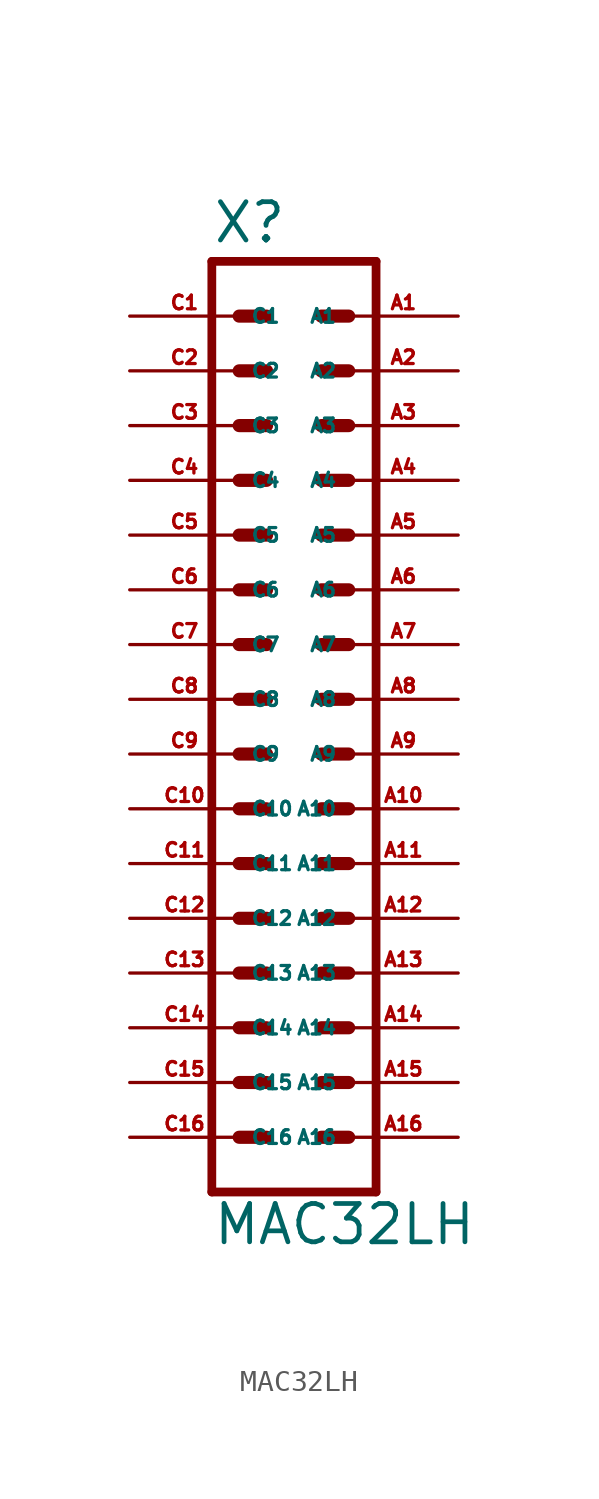
<source format=kicad_sym>
(kicad_symbol_lib
  (version 20220914)
  (generator Eagle2Kicad)
  (symbol "MAC32LH"
    (property "Reference" "X"
      (at -3.81 23.622 0)
      (effects (font (size 1.778 1.778) (thickness 0.22)) (justify left bottom)))
    (property "Value" "MAC32LH"
      (at -3.81 -22.86 0)
      (effects (font (size 1.778 1.778) (thickness 0.22)) (justify left bottom)))
    (polyline
      (pts (xy 3.81 -20.32) (xy -3.81 -20.32))
      (stroke (width 0.406) (type default))
      (fill (type none)))
    (polyline
      (pts (xy -3.81 22.86) (xy -3.81 -20.32))
      (stroke (width 0.406) (type default))
      (fill (type none)))
    (polyline
      (pts (xy -3.81 22.86) (xy 3.81 22.86))
      (stroke (width 0.406) (type default))
      (fill (type none)))
    (polyline
      (pts (xy 3.81 -20.32) (xy 3.81 22.86))
      (stroke (width 0.406) (type default))
      (fill (type none)))
    (polyline
      (pts (xy -2.54 -17.78) (xy -1.27 -17.78))
      (stroke (width 0.61) (type default))
      (fill (type none)))
    (polyline
      (pts (xy -2.54 -15.24) (xy -1.27 -15.24))
      (stroke (width 0.61) (type default))
      (fill (type none)))
    (polyline
      (pts (xy -2.54 -12.7) (xy -1.27 -12.7))
      (stroke (width 0.61) (type default))
      (fill (type none)))
    (polyline
      (pts (xy -2.54 -10.16) (xy -1.27 -10.16))
      (stroke (width 0.61) (type default))
      (fill (type none)))
    (polyline
      (pts (xy -2.54 -7.62) (xy -1.27 -7.62))
      (stroke (width 0.61) (type default))
      (fill (type none)))
    (polyline
      (pts (xy -2.54 -5.08) (xy -1.27 -5.08))
      (stroke (width 0.61) (type default))
      (fill (type none)))
    (polyline
      (pts (xy -2.54 -2.54) (xy -1.27 -2.54))
      (stroke (width 0.61) (type default))
      (fill (type none)))
    (polyline
      (pts (xy -2.54 0) (xy -1.27 0))
      (stroke (width 0.61) (type default))
      (fill (type none)))
    (polyline
      (pts (xy -2.54 2.54) (xy -1.27 2.54))
      (stroke (width 0.61) (type default))
      (fill (type none)))
    (polyline
      (pts (xy -2.54 5.08) (xy -1.27 5.08))
      (stroke (width 0.61) (type default))
      (fill (type none)))
    (polyline
      (pts (xy -2.54 7.62) (xy -1.27 7.62))
      (stroke (width 0.61) (type default))
      (fill (type none)))
    (polyline
      (pts (xy -2.54 10.16) (xy -1.27 10.16))
      (stroke (width 0.61) (type default))
      (fill (type none)))
    (polyline
      (pts (xy -2.54 12.7) (xy -1.27 12.7))
      (stroke (width 0.61) (type default))
      (fill (type none)))
    (polyline
      (pts (xy -2.54 15.24) (xy -1.27 15.24))
      (stroke (width 0.61) (type default))
      (fill (type none)))
    (polyline
      (pts (xy -2.54 17.78) (xy -1.27 17.78))
      (stroke (width 0.61) (type default))
      (fill (type none)))
    (polyline
      (pts (xy -2.54 20.32) (xy -1.27 20.32))
      (stroke (width 0.61) (type default))
      (fill (type none)))
    (polyline
      (pts (xy 2.54 -17.78) (xy 1.27 -17.78))
      (stroke (width 0.61) (type default))
      (fill (type none)))
    (polyline
      (pts (xy 2.54 -15.24) (xy 1.27 -15.24))
      (stroke (width 0.61) (type default))
      (fill (type none)))
    (polyline
      (pts (xy 2.54 -12.7) (xy 1.27 -12.7))
      (stroke (width 0.61) (type default))
      (fill (type none)))
    (polyline
      (pts (xy 2.54 -10.16) (xy 1.27 -10.16))
      (stroke (width 0.61) (type default))
      (fill (type none)))
    (polyline
      (pts (xy 2.54 -7.62) (xy 1.27 -7.62))
      (stroke (width 0.61) (type default))
      (fill (type none)))
    (polyline
      (pts (xy 2.54 -5.08) (xy 1.27 -5.08))
      (stroke (width 0.61) (type default))
      (fill (type none)))
    (polyline
      (pts (xy 2.54 -2.54) (xy 1.27 -2.54))
      (stroke (width 0.61) (type default))
      (fill (type none)))
    (polyline
      (pts (xy 2.54 0) (xy 1.27 0))
      (stroke (width 0.61) (type default))
      (fill (type none)))
    (polyline
      (pts (xy 2.54 2.54) (xy 1.27 2.54))
      (stroke (width 0.61) (type default))
      (fill (type none)))
    (polyline
      (pts (xy 2.54 5.08) (xy 1.27 5.08))
      (stroke (width 0.61) (type default))
      (fill (type none)))
    (polyline
      (pts (xy 2.54 7.62) (xy 1.27 7.62))
      (stroke (width 0.61) (type default))
      (fill (type none)))
    (polyline
      (pts (xy 2.54 10.16) (xy 1.27 10.16))
      (stroke (width 0.61) (type default))
      (fill (type none)))
    (polyline
      (pts (xy 2.54 12.7) (xy 1.27 12.7))
      (stroke (width 0.61) (type default))
      (fill (type none)))
    (polyline
      (pts (xy 2.54 15.24) (xy 1.27 15.24))
      (stroke (width 0.61) (type default))
      (fill (type none)))
    (polyline
      (pts (xy 2.54 17.78) (xy 1.27 17.78))
      (stroke (width 0.61) (type default))
      (fill (type none)))
    (polyline
      (pts (xy 2.54 20.32) (xy 1.27 20.32))
      (stroke (width 0.61) (type default))
      (fill (type none)))
    (pin passive line
      (at 7.62 20.32 180)
      (length 5.08)
      (name "A1" (effects (font (size 0.635 0.635) (thickness 0.08)) (justify left bottom)))
      (number "A1" (effects (font (size 0.635 0.635) (thickness 0.08)) (justify left bottom))))
    (pin passive line
      (at 7.62 17.78 180)
      (length 5.08)
      (name "A2" (effects (font (size 0.635 0.635) (thickness 0.08)) (justify left bottom)))
      (number "A2" (effects (font (size 0.635 0.635) (thickness 0.08)) (justify left bottom))))
    (pin passive line
      (at 7.62 15.24 180)
      (length 5.08)
      (name "A3" (effects (font (size 0.635 0.635) (thickness 0.08)) (justify left bottom)))
      (number "A3" (effects (font (size 0.635 0.635) (thickness 0.08)) (justify left bottom))))
    (pin passive line
      (at 7.62 12.7 180)
      (length 5.08)
      (name "A4" (effects (font (size 0.635 0.635) (thickness 0.08)) (justify left bottom)))
      (number "A4" (effects (font (size 0.635 0.635) (thickness 0.08)) (justify left bottom))))
    (pin passive line
      (at 7.62 10.16 180)
      (length 5.08)
      (name "A5" (effects (font (size 0.635 0.635) (thickness 0.08)) (justify left bottom)))
      (number "A5" (effects (font (size 0.635 0.635) (thickness 0.08)) (justify left bottom))))
    (pin passive line
      (at 7.62 7.62 180)
      (length 5.08)
      (name "A6" (effects (font (size 0.635 0.635) (thickness 0.08)) (justify left bottom)))
      (number "A6" (effects (font (size 0.635 0.635) (thickness 0.08)) (justify left bottom))))
    (pin passive line
      (at 7.62 5.08 180)
      (length 5.08)
      (name "A7" (effects (font (size 0.635 0.635) (thickness 0.08)) (justify left bottom)))
      (number "A7" (effects (font (size 0.635 0.635) (thickness 0.08)) (justify left bottom))))
    (pin passive line
      (at 7.62 2.54 180)
      (length 5.08)
      (name "A8" (effects (font (size 0.635 0.635) (thickness 0.08)) (justify left bottom)))
      (number "A8" (effects (font (size 0.635 0.635) (thickness 0.08)) (justify left bottom))))
    (pin passive line
      (at 7.62 0 180)
      (length 5.08)
      (name "A9" (effects (font (size 0.635 0.635) (thickness 0.08)) (justify left bottom)))
      (number "A9" (effects (font (size 0.635 0.635) (thickness 0.08)) (justify left bottom))))
    (pin passive line
      (at 7.62 -2.54 180)
      (length 5.08)
      (name "A10" (effects (font (size 0.635 0.635) (thickness 0.08)) (justify left bottom)))
      (number "A10" (effects (font (size 0.635 0.635) (thickness 0.08)) (justify left bottom))))
    (pin passive line
      (at 7.62 -5.08 180)
      (length 5.08)
      (name "A11" (effects (font (size 0.635 0.635) (thickness 0.08)) (justify left bottom)))
      (number "A11" (effects (font (size 0.635 0.635) (thickness 0.08)) (justify left bottom))))
    (pin passive line
      (at 7.62 -7.62 180)
      (length 5.08)
      (name "A12" (effects (font (size 0.635 0.635) (thickness 0.08)) (justify left bottom)))
      (number "A12" (effects (font (size 0.635 0.635) (thickness 0.08)) (justify left bottom))))
    (pin passive line
      (at 7.62 -10.16 180)
      (length 5.08)
      (name "A13" (effects (font (size 0.635 0.635) (thickness 0.08)) (justify left bottom)))
      (number "A13" (effects (font (size 0.635 0.635) (thickness 0.08)) (justify left bottom))))
    (pin passive line
      (at 7.62 -12.7 180)
      (length 5.08)
      (name "A14" (effects (font (size 0.635 0.635) (thickness 0.08)) (justify left bottom)))
      (number "A14" (effects (font (size 0.635 0.635) (thickness 0.08)) (justify left bottom))))
    (pin passive line
      (at 7.62 -15.24 180)
      (length 5.08)
      (name "A15" (effects (font (size 0.635 0.635) (thickness 0.08)) (justify left bottom)))
      (number "A15" (effects (font (size 0.635 0.635) (thickness 0.08)) (justify left bottom))))
    (pin passive line
      (at 7.62 -17.78 180)
      (length 5.08)
      (name "A16" (effects (font (size 0.635 0.635) (thickness 0.08)) (justify left bottom)))
      (number "A16" (effects (font (size 0.635 0.635) (thickness 0.08)) (justify left bottom))))
    (pin passive line
      (at -7.62 20.32 0)
      (length 5.08)
      (name "C1" (effects (font (size 0.635 0.635) (thickness 0.08)) (justify left bottom)))
      (number "C1" (effects (font (size 0.635 0.635) (thickness 0.08)) (justify left bottom))))
    (pin passive line
      (at -7.62 17.78 0)
      (length 5.08)
      (name "C2" (effects (font (size 0.635 0.635) (thickness 0.08)) (justify left bottom)))
      (number "C2" (effects (font (size 0.635 0.635) (thickness 0.08)) (justify left bottom))))
    (pin passive line
      (at -7.62 15.24 0)
      (length 5.08)
      (name "C3" (effects (font (size 0.635 0.635) (thickness 0.08)) (justify left bottom)))
      (number "C3" (effects (font (size 0.635 0.635) (thickness 0.08)) (justify left bottom))))
    (pin passive line
      (at -7.62 12.7 0)
      (length 5.08)
      (name "C4" (effects (font (size 0.635 0.635) (thickness 0.08)) (justify left bottom)))
      (number "C4" (effects (font (size 0.635 0.635) (thickness 0.08)) (justify left bottom))))
    (pin passive line
      (at -7.62 10.16 0)
      (length 5.08)
      (name "C5" (effects (font (size 0.635 0.635) (thickness 0.08)) (justify left bottom)))
      (number "C5" (effects (font (size 0.635 0.635) (thickness 0.08)) (justify left bottom))))
    (pin passive line
      (at -7.62 7.62 0)
      (length 5.08)
      (name "C6" (effects (font (size 0.635 0.635) (thickness 0.08)) (justify left bottom)))
      (number "C6" (effects (font (size 0.635 0.635) (thickness 0.08)) (justify left bottom))))
    (pin passive line
      (at -7.62 5.08 0)
      (length 5.08)
      (name "C7" (effects (font (size 0.635 0.635) (thickness 0.08)) (justify left bottom)))
      (number "C7" (effects (font (size 0.635 0.635) (thickness 0.08)) (justify left bottom))))
    (pin passive line
      (at -7.62 2.54 0)
      (length 5.08)
      (name "C8" (effects (font (size 0.635 0.635) (thickness 0.08)) (justify left bottom)))
      (number "C8" (effects (font (size 0.635 0.635) (thickness 0.08)) (justify left bottom))))
    (pin passive line
      (at -7.62 0 0)
      (length 5.08)
      (name "C9" (effects (font (size 0.635 0.635) (thickness 0.08)) (justify left bottom)))
      (number "C9" (effects (font (size 0.635 0.635) (thickness 0.08)) (justify left bottom))))
    (pin passive line
      (at -7.62 -2.54 0)
      (length 5.08)
      (name "C10" (effects (font (size 0.635 0.635) (thickness 0.08)) (justify left bottom)))
      (number "C10" (effects (font (size 0.635 0.635) (thickness 0.08)) (justify left bottom))))
    (pin passive line
      (at -7.62 -5.08 0)
      (length 5.08)
      (name "C11" (effects (font (size 0.635 0.635) (thickness 0.08)) (justify left bottom)))
      (number "C11" (effects (font (size 0.635 0.635) (thickness 0.08)) (justify left bottom))))
    (pin passive line
      (at -7.62 -7.62 0)
      (length 5.08)
      (name "C12" (effects (font (size 0.635 0.635) (thickness 0.08)) (justify left bottom)))
      (number "C12" (effects (font (size 0.635 0.635) (thickness 0.08)) (justify left bottom))))
    (pin passive line
      (at -7.62 -10.16 0)
      (length 5.08)
      (name "C13" (effects (font (size 0.635 0.635) (thickness 0.08)) (justify left bottom)))
      (number "C13" (effects (font (size 0.635 0.635) (thickness 0.08)) (justify left bottom))))
    (pin passive line
      (at -7.62 -12.7 0)
      (length 5.08)
      (name "C14" (effects (font (size 0.635 0.635) (thickness 0.08)) (justify left bottom)))
      (number "C14" (effects (font (size 0.635 0.635) (thickness 0.08)) (justify left bottom))))
    (pin passive line
      (at -7.62 -15.24 0)
      (length 5.08)
      (name "C15" (effects (font (size 0.635 0.635) (thickness 0.08)) (justify left bottom)))
      (number "C15" (effects (font (size 0.635 0.635) (thickness 0.08)) (justify left bottom))))
    (pin passive line
      (at -7.62 -17.78 0)
      (length 5.08)
      (name "C16" (effects (font (size 0.635 0.635) (thickness 0.08)) (justify left bottom)))
      (number "C16" (effects (font (size 0.635 0.635) (thickness 0.08)) (justify left bottom))))))
</source>
